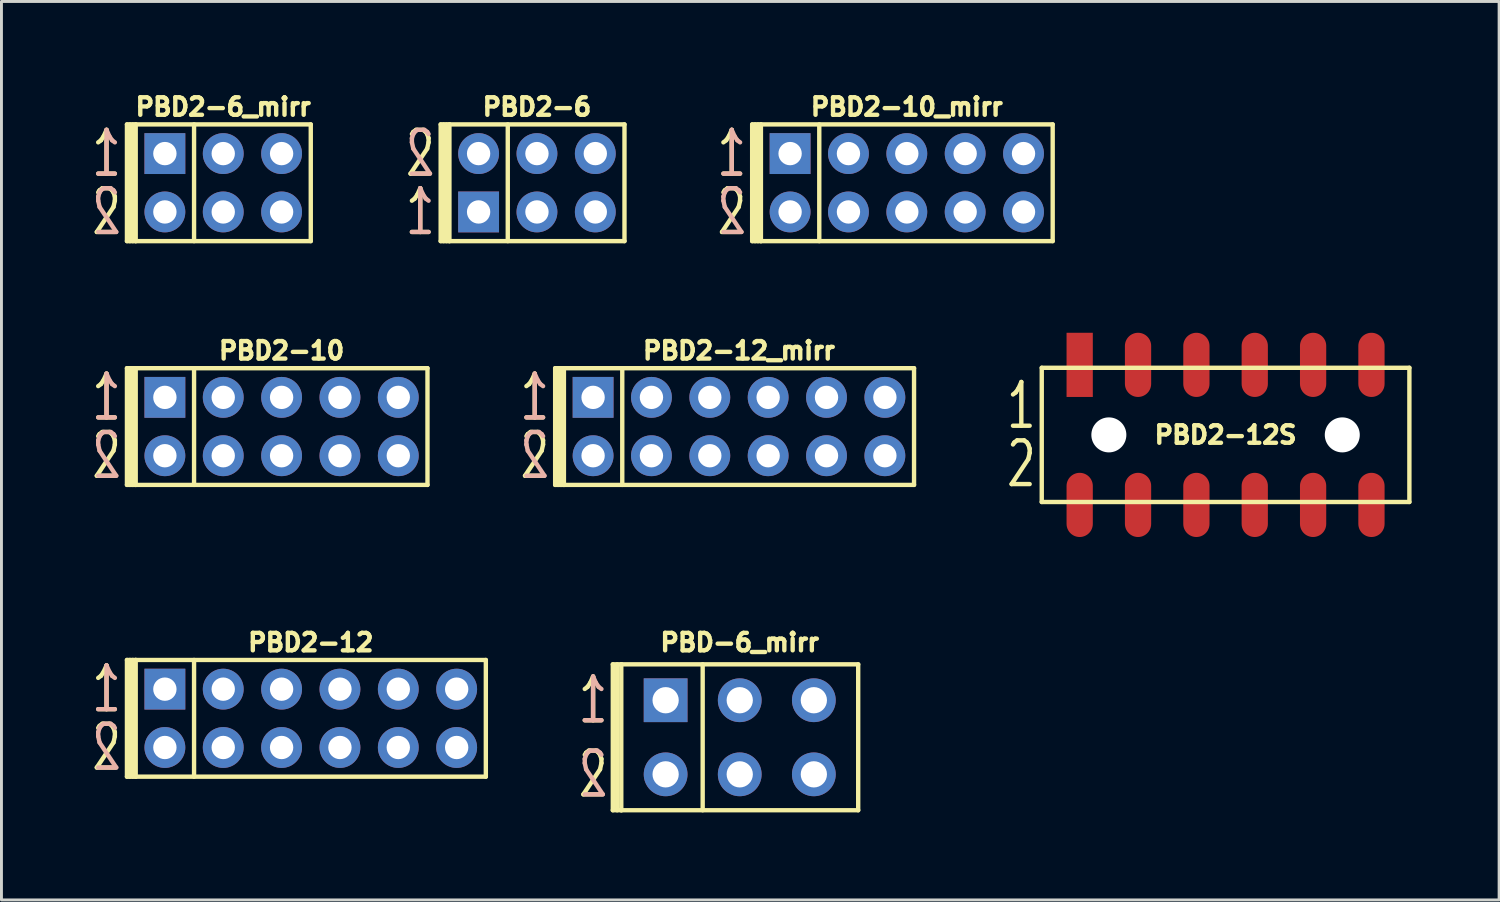
<source format=kicad_pcb>
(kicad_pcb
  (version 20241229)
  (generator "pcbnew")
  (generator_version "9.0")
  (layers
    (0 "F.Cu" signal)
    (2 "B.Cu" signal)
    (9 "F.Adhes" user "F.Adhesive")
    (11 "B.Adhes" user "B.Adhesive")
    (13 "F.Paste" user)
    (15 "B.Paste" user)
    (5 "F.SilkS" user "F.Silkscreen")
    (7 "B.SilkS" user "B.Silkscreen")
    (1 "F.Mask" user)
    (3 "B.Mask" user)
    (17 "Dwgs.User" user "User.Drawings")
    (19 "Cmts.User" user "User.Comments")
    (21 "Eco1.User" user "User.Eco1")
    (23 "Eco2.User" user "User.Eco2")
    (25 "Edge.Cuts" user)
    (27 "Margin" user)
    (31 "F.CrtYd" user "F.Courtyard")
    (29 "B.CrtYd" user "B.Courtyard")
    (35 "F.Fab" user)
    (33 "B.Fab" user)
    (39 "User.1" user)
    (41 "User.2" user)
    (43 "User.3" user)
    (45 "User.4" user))
  (footprint "PBD2-6"
    (layer "F.Cu")
    (at 15.353 3.214)
    (property "Reference" "PBD2-6" (at 0 -2.6 0) (layer "F.SilkS") (effects (font (size 0.6 0.6) (thickness 0.15))))
    (attr through_hole)
    (fp_line (start -3.3 -2) (end -3 -2) (stroke (width 0.15) (type solid)) (layer "F.SilkS"))
    (fp_line (start -3.3 2) (end -3.3 -2) (stroke (width 0.15) (type solid)) (layer "F.SilkS"))
    (fp_line (start -3.3 2) (end -3 2) (stroke (width 0.15) (type solid)) (layer "F.SilkS"))
    (fp_line (start -3.2 -2) (end -3.2 2) (stroke (width 0.15) (type solid)) (layer "F.SilkS"))
    (fp_line (start -3.1 -2) (end -3.1 2) (stroke (width 0.15) (type solid)) (layer "F.SilkS"))
    (fp_line (start -3 -2) (end 3 -2) (stroke (width 0.15) (type solid)) (layer "F.SilkS"))
    (fp_line (start -3 2) (end -3 -2) (stroke (width 0.15) (type solid)) (layer "F.SilkS"))
    (fp_line (start -1 2) (end -1 -2) (stroke (width 0.15) (type solid)) (layer "F.SilkS"))
    (fp_line (start 3 -2) (end 3 2) (stroke (width 0.15) (type solid)) (layer "F.SilkS"))
    (fp_line (start 3 2) (end -3 2) (stroke (width 0.15) (type solid)) (layer "F.SilkS"))
    (fp_text user "2" (at -4 -1 0) (layer "F.SilkS") (effects (font (size 1.5 1) (thickness 0.15))))
    (fp_text user "1" (at -4 1 0) (layer "F.SilkS") (effects (font (size 1.5 1) (thickness 0.15))))
    (fp_text user "1" (at -4 1 0) (layer "B.SilkS") (effects (font (size 1.5 1) (thickness 0.15)) (justify mirror)))
    (fp_text user "2" (at -4 -1 0) (layer "B.SilkS") (effects (font (size 1.5 1) (thickness 0.15)) (justify mirror)))
    (pad "1" thru_hole rect (at -2 1) (size 1.4 1.4) (drill 0.8) (layers "*.Cu" "*.Mask"))
    (pad "2" thru_hole circle (at -2 -1) (size 1.4 1.4) (drill 0.8) (layers "*.Cu" "*.Mask"))
    (pad "3" thru_hole circle (at 0 1) (size 1.4 1.4) (drill 0.8) (layers "*.Cu" "*.Mask"))
    (pad "4" thru_hole circle (at 0 -1) (size 1.4 1.4) (drill 0.8) (layers "*.Cu" "*.Mask"))
    (pad "5" thru_hole circle (at 2 1) (size 1.4 1.4) (drill 0.8) (layers "*.Cu" "*.Mask"))
    (pad "6" thru_hole circle (at 2 -1) (size 1.4 1.4) (drill 0.8) (layers "*.Cu" "*.Mask")))
  (footprint "PBD2-10"
    (layer "F.Cu")
    (at 6.601 11.569)
    (property "Reference" "PBD2-10" (at 0 -2.6 0) (layer "F.SilkS") (effects (font (size 0.6 0.6) (thickness 0.15))))
    (attr through_hole)
    (fp_line (start -5.3 -2) (end -5 -2) (stroke (width 0.15) (type solid)) (layer "F.SilkS"))
    (fp_line (start -5.3 2) (end -5.3 -2) (stroke (width 0.15) (type solid)) (layer "F.SilkS"))
    (fp_line (start -5.3 2) (end -5 2) (stroke (width 0.15) (type solid)) (layer "F.SilkS"))
    (fp_line (start -5.2 -2) (end -5.2 2) (stroke (width 0.15) (type solid)) (layer "F.SilkS"))
    (fp_line (start -5.1 -2) (end -5.1 2) (stroke (width 0.15) (type solid)) (layer "F.SilkS"))
    (fp_line (start -5 -2) (end 5 -2) (stroke (width 0.15) (type solid)) (layer "F.SilkS"))
    (fp_line (start -5 2) (end -5 -2) (stroke (width 0.15) (type solid)) (layer "F.SilkS"))
    (fp_line (start -3 2) (end -3 -2) (stroke (width 0.15) (type solid)) (layer "F.SilkS"))
    (fp_line (start 5 -2) (end 5 2) (stroke (width 0.15) (type solid)) (layer "F.SilkS"))
    (fp_line (start 5 2) (end -5 2) (stroke (width 0.15) (type solid)) (layer "F.SilkS"))
    (fp_text user "1" (at -6 -1 0) (layer "F.SilkS") (effects (font (size 1.5 1) (thickness 0.15))))
    (fp_text user "2" (at -6 1 0) (layer "F.SilkS") (effects (font (size 1.5 1) (thickness 0.15))))
    (fp_text user "2" (at -6 1 0) (layer "B.SilkS") (effects (font (size 1.5 1) (thickness 0.15)) (justify mirror)))
    (fp_text user "1" (at -6 -1 0) (layer "B.SilkS") (effects (font (size 1.5 1) (thickness 0.15)) (justify mirror)))
    (pad "1" thru_hole rect (at -4 -1) (size 1.4 1.4) (drill 0.8) (layers "*.Cu" "*.Mask"))
    (pad "2" thru_hole circle (at -4 1) (size 1.4 1.4) (drill 0.8) (layers "*.Cu" "*.Mask"))
    (pad "3" thru_hole circle (at -2 -1) (size 1.4 1.4) (drill 0.8) (layers "*.Cu" "*.Mask"))
    (pad "4" thru_hole circle (at -2 1) (size 1.4 1.4) (drill 0.8) (layers "*.Cu" "*.Mask"))
    (pad "5" thru_hole circle (at 0 -1) (size 1.4 1.4) (drill 0.8) (layers "*.Cu" "*.Mask"))
    (pad "6" thru_hole circle (at 0 1) (size 1.4 1.4) (drill 0.8) (layers "*.Cu" "*.Mask"))
    (pad "7" thru_hole circle (at 2 -1) (size 1.4 1.4) (drill 0.8) (layers "*.Cu" "*.Mask"))
    (pad "8" thru_hole circle (at 2 1) (size 1.4 1.4) (drill 0.8) (layers "*.Cu" "*.Mask"))
    (pad "9" thru_hole circle (at 4 -1) (size 1.4 1.4) (drill 0.8) (layers "*.Cu" "*.Mask"))
    (pad "10" thru_hole circle (at 4 1) (size 1.4 1.4) (drill 0.8) (layers "*.Cu" "*.Mask")))
  (footprint "PBD2-12"
    (layer "F.Cu")
    (at 7.601 21.569)
    (property "Reference" "PBD2-12" (at 0 -2.6 0) (layer "F.SilkS") (effects (font (size 0.6 0.6) (thickness 0.15))))
    (attr through_hole)
    (fp_line (start -6.3 -2) (end -6 -2) (stroke (width 0.15) (type solid)) (layer "F.SilkS"))
    (fp_line (start -6.3 2) (end -6.3 -2) (stroke (width 0.15) (type solid)) (layer "F.SilkS"))
    (fp_line (start -6.3 2) (end -6 2) (stroke (width 0.15) (type solid)) (layer "F.SilkS"))
    (fp_line (start -6.2 -2) (end -6.2 2) (stroke (width 0.15) (type solid)) (layer "F.SilkS"))
    (fp_line (start -6.1 -2) (end -6.1 2) (stroke (width 0.15) (type solid)) (layer "F.SilkS"))
    (fp_line (start -6 -2) (end 6 -2) (stroke (width 0.15) (type solid)) (layer "F.SilkS"))
    (fp_line (start -6 2) (end -6 -2) (stroke (width 0.15) (type solid)) (layer "F.SilkS"))
    (fp_line (start -4 2) (end -4 -2) (stroke (width 0.15) (type solid)) (layer "F.SilkS"))
    (fp_line (start 6 -2) (end 6 2) (stroke (width 0.15) (type solid)) (layer "F.SilkS"))
    (fp_line (start 6 2) (end -6 2) (stroke (width 0.15) (type solid)) (layer "F.SilkS"))
    (fp_text user "2" (at -7 1 0) (layer "F.SilkS") (effects (font (size 1.5 1) (thickness 0.15))))
    (fp_text user "1" (at -7 -1 0) (layer "F.SilkS") (effects (font (size 1.5 1) (thickness 0.15))))
    (fp_text user "1" (at -7 -1 0) (layer "B.SilkS") (effects (font (size 1.5 1) (thickness 0.15)) (justify mirror)))
    (fp_text user "2" (at -7 1 0) (layer "B.SilkS") (effects (font (size 1.5 1) (thickness 0.15)) (justify mirror)))
    (pad "1" thru_hole rect (at -5 -1) (size 1.4 1.4) (drill 0.8) (layers "*.Cu" "*.Mask"))
    (pad "2" thru_hole circle (at -5 1) (size 1.4 1.4) (drill 0.8) (layers "*.Cu" "*.Mask"))
    (pad "3" thru_hole circle (at -3 -1) (size 1.4 1.4) (drill 0.8) (layers "*.Cu" "*.Mask"))
    (pad "4" thru_hole circle (at -3 1) (size 1.4 1.4) (drill 0.8) (layers "*.Cu" "*.Mask"))
    (pad "5" thru_hole circle (at -1 -1) (size 1.4 1.4) (drill 0.8) (layers "*.Cu" "*.Mask"))
    (pad "6" thru_hole circle (at -1 1) (size 1.4 1.4) (drill 0.8) (layers "*.Cu" "*.Mask"))
    (pad "7" thru_hole circle (at 1 -1) (size 1.4 1.4) (drill 0.8) (layers "*.Cu" "*.Mask"))
    (pad "8" thru_hole circle (at 1 1) (size 1.4 1.4) (drill 0.8) (layers "*.Cu" "*.Mask"))
    (pad "9" thru_hole circle (at 3 -1) (size 1.4 1.4) (drill 0.8) (layers "*.Cu" "*.Mask"))
    (pad "10" thru_hole circle (at 3 1) (size 1.4 1.4) (drill 0.8) (layers "*.Cu" "*.Mask"))
    (pad "11" thru_hole circle (at 5 -1) (size 1.4 1.4) (drill 0.8) (layers "*.Cu" "*.Mask"))
    (pad "12" thru_hole circle (at 5 1) (size 1.4 1.4) (drill 0.8) (layers "*.Cu" "*.Mask")))
  (footprint "PBD2-10_mirr"
    (layer "F.Cu")
    (at 28.029 3.214)
    (property "Reference" "PBD2-10_mirr" (at 0 -2.6 0) (layer "F.SilkS") (effects (font (size 0.6 0.6) (thickness 0.15))))
    (attr through_hole)
    (fp_line (start -5.3 -2) (end -5 -2) (stroke (width 0.15) (type solid)) (layer "F.SilkS"))
    (fp_line (start -5.3 2) (end -5.3 -2) (stroke (width 0.15) (type solid)) (layer "F.SilkS"))
    (fp_line (start -5.3 2) (end -5 2) (stroke (width 0.15) (type solid)) (layer "F.SilkS"))
    (fp_line (start -5.2 -2) (end -5.2 2) (stroke (width 0.15) (type solid)) (layer "F.SilkS"))
    (fp_line (start -5.1 -2) (end -5.1 2) (stroke (width 0.15) (type solid)) (layer "F.SilkS"))
    (fp_line (start -5 -2) (end 5 -2) (stroke (width 0.15) (type solid)) (layer "F.SilkS"))
    (fp_line (start -5 2) (end -5 -2) (stroke (width 0.15) (type solid)) (layer "F.SilkS"))
    (fp_line (start -3 2) (end -3 -2) (stroke (width 0.15) (type solid)) (layer "F.SilkS"))
    (fp_line (start 5 -2) (end 5 2) (stroke (width 0.15) (type solid)) (layer "F.SilkS"))
    (fp_line (start 5 2) (end -5 2) (stroke (width 0.15) (type solid)) (layer "F.SilkS"))
    (fp_text user "2" (at -6 1 0) (layer "F.SilkS") (effects (font (size 1.5 1) (thickness 0.15))))
    (fp_text user "1" (at -6 -1 0) (layer "F.SilkS") (effects (font (size 1.5 1) (thickness 0.15))))
    (fp_text user "1" (at -6 -1 0) (layer "B.SilkS") (effects (font (size 1.5 1) (thickness 0.15)) (justify mirror)))
    (fp_text user "2" (at -6 1 0) (layer "B.SilkS") (effects (font (size 1.5 1) (thickness 0.15)) (justify mirror)))
    (pad "1" thru_hole rect (at -4 -1) (size 1.4 1.4) (drill 0.8) (layers "*.Cu" "*.Mask"))
    (pad "2" thru_hole circle (at -4 1) (size 1.4 1.4) (drill 0.8) (layers "*.Cu" "*.Mask"))
    (pad "3" thru_hole circle (at -2 -1) (size 1.4 1.4) (drill 0.8) (layers "*.Cu" "*.Mask"))
    (pad "4" thru_hole circle (at -2 1) (size 1.4 1.4) (drill 0.8) (layers "*.Cu" "*.Mask"))
    (pad "5" thru_hole circle (at 0 -1) (size 1.4 1.4) (drill 0.8) (layers "*.Cu" "*.Mask"))
    (pad "6" thru_hole circle (at 0 1) (size 1.4 1.4) (drill 0.8) (layers "*.Cu" "*.Mask"))
    (pad "7" thru_hole circle (at 2 -1) (size 1.4 1.4) (drill 0.8) (layers "*.Cu" "*.Mask"))
    (pad "8" thru_hole circle (at 2 1) (size 1.4 1.4) (drill 0.8) (layers "*.Cu" "*.Mask"))
    (pad "9" thru_hole circle (at 4 -1) (size 1.4 1.4) (drill 0.8) (layers "*.Cu" "*.Mask"))
    (pad "10" thru_hole circle (at 4 1) (size 1.4 1.4) (drill 0.8) (layers "*.Cu" "*.Mask")))
  (footprint "PBD-6_mirr"
    (layer "F.Cu")
    (at 22.303 22.219)
    (property "Reference" "PBD-6_mirr" (at 0 -3.25 0) (layer "F.SilkS") (effects (font (size 0.6 0.6) (thickness 0.15))))
    (attr through_hole)
    (fp_line (start -4.35 -2.5) (end -4.35 2.5) (stroke (width 0.15) (type solid)) (layer "F.SilkS"))
    (fp_line (start -4.35 2.5) (end -4.05 2.5) (stroke (width 0.15) (type solid)) (layer "F.SilkS"))
    (fp_line (start -4.2 2.5) (end -4.2 -2.5) (stroke (width 0.15) (type solid)) (layer "F.SilkS"))
    (fp_line (start -4.06 -2.5) (end 4.06 -2.5) (stroke (width 0.15) (type solid)) (layer "F.SilkS"))
    (fp_line (start -4.06 2.5) (end -4.06 -2.5) (stroke (width 0.15) (type solid)) (layer "F.SilkS"))
    (fp_line (start -4.05 -2.5) (end -4.35 -2.5) (stroke (width 0.15) (type solid)) (layer "F.SilkS"))
    (fp_line (start -1.27 -2.5) (end -1.27 2.5) (stroke (width 0.15) (type solid)) (layer "F.SilkS"))
    (fp_line (start 4.06 -2.5) (end 4.06 2.5) (stroke (width 0.15) (type solid)) (layer "F.SilkS"))
    (fp_line (start 4.06 2.5) (end -4.06 2.5) (stroke (width 0.15) (type solid)) (layer "F.SilkS"))
    (fp_text user "1" (at -5.026 -1.27 0) (layer "F.SilkS") (effects (font (size 1.5 1) (thickness 0.15))))
    (fp_text user "2" (at -5.026 1.27 0) (layer "F.SilkS") (effects (font (size 1.5 1) (thickness 0.15))))
    (fp_text user "1" (at -5.026 -1.27 0) (layer "B.SilkS") (effects (font (size 1.5 1) (thickness 0.15)) (justify mirror)))
    (fp_text user "2" (at -5.026 1.27 0) (layer "B.SilkS") (effects (font (size 1.5 1) (thickness 0.15)) (justify mirror)))
    (pad "1" thru_hole rect (at -2.54 -1.27) (size 1.5 1.5) (drill 0.9) (layers "*.Cu" "*.Mask"))
    (pad "2" thru_hole circle (at -2.54 1.27) (size 1.5 1.5) (drill 0.9) (layers "*.Cu" "*.Mask"))
    (pad "3" thru_hole circle (at 0 -1.27) (size 1.5 1.5) (drill 0.9) (layers "*.Cu" "*.Mask"))
    (pad "4" thru_hole circle (at 0 1.27) (size 1.5 1.5) (drill 0.9) (layers "*.Cu" "*.Mask"))
    (pad "5" thru_hole circle (at 2.54 -1.27) (size 1.5 1.5) (drill 0.9) (layers "*.Cu" "*.Mask"))
    (pad "6" thru_hole circle (at 2.54 1.27) (size 1.5 1.5) (drill 0.9) (layers "*.Cu" "*.Mask")))
  (footprint "PBD2-12S"
    (layer "F.Cu")
    (at 38.954 11.855)
    (property "Reference" "PBD2-12S" (at 0 0 0) (layer "F.SilkS") (effects (font (size 0.6 0.6) (thickness 0.15))))
    (attr smd)
    (fp_line (start -6.3 -2.3) (end -6.3 2.3) (stroke (width 0.15) (type solid)) (layer "F.SilkS"))
    (fp_line (start 6.3 -2.3) (end -6.3 -2.3) (stroke (width 0.15) (type solid)) (layer "F.SilkS"))
    (fp_line (start 6.3 2.3) (end -6.3 2.3) (stroke (width 0.15) (type solid)) (layer "F.SilkS"))
    (fp_line (start 6.3 2.3) (end 6.3 -2.3) (stroke (width 0.15) (type solid)) (layer "F.SilkS"))
    (fp_text user "2" (at -7 1 0) (layer "F.SilkS") (effects (font (size 1.5 1) (thickness 0.15))))
    (fp_text user "1" (at -7 -1 0) (layer "F.SilkS") (effects (font (size 1.5 1) (thickness 0.15))))
    (pad "" np_thru_hole circle (at -4 0) (size 1.2 1.2) (drill 1.2) (layers "*.Cu" "*.Mask"))
    (pad "" np_thru_hole circle (at 4 0) (size 1.2 1.2) (drill 1.2) (layers "*.Cu" "*.Mask"))
    (pad "1" smd rect (at -5 -2.4) (size 0.9 2.2) (layers "F.Cu" "F.Mask" "F.Paste"))
    (pad "2" smd oval (at -5 2.4) (size 0.9 2.2) (layers "F.Cu" "F.Mask" "F.Paste"))
    (pad "3" smd oval (at -3 -2.4) (size 0.9 2.2) (layers "F.Cu" "F.Mask" "F.Paste"))
    (pad "4" smd oval (at -3 2.4) (size 0.9 2.2) (layers "F.Cu" "F.Mask" "F.Paste"))
    (pad "5" smd oval (at -1 -2.4) (size 0.9 2.2) (layers "F.Cu" "F.Mask" "F.Paste"))
    (pad "6" smd oval (at -1 2.4) (size 0.9 2.2) (layers "F.Cu" "F.Mask" "F.Paste"))
    (pad "7" smd oval (at 1 -2.4) (size 0.9 2.2) (layers "F.Cu" "F.Mask" "F.Paste"))
    (pad "8" smd oval (at 1 2.4) (size 0.9 2.2) (layers "F.Cu" "F.Mask" "F.Paste"))
    (pad "9" smd oval (at 3 -2.4) (size 0.9 2.2) (layers "F.Cu" "F.Mask" "F.Paste"))
    (pad "10" smd oval (at 3 2.4) (size 0.9 2.2) (layers "F.Cu" "F.Mask" "F.Paste"))
    (pad "11" smd oval (at 5 -2.4) (size 0.9 2.2) (layers "F.Cu" "F.Mask" "F.Paste"))
    (pad "12" smd oval (at 5 2.4) (size 0.9 2.2) (layers "F.Cu" "F.Mask" "F.Paste")))
  (footprint "PBD2-6_mirr"
    (layer "F.Cu")
    (at 4.601 3.214)
    (property "Reference" "PBD2-6_mirr" (at 0 -2.6 0) (layer "F.SilkS") (effects (font (size 0.6 0.6) (thickness 0.15))))
    (attr through_hole)
    (fp_line (start -3.3 -2) (end -3 -2) (stroke (width 0.15) (type solid)) (layer "F.SilkS"))
    (fp_line (start -3.3 2) (end -3.3 -2) (stroke (width 0.15) (type solid)) (layer "F.SilkS"))
    (fp_line (start -3.3 2) (end -3 2) (stroke (width 0.15) (type solid)) (layer "F.SilkS"))
    (fp_line (start -3.2 -2) (end -3.2 2) (stroke (width 0.15) (type solid)) (layer "F.SilkS"))
    (fp_line (start -3.1 -2) (end -3.1 2) (stroke (width 0.15) (type solid)) (layer "F.SilkS"))
    (fp_line (start -3 -2) (end 3 -2) (stroke (width 0.15) (type solid)) (layer "F.SilkS"))
    (fp_line (start -3 2) (end -3 -2) (stroke (width 0.15) (type solid)) (layer "F.SilkS"))
    (fp_line (start -1 2) (end -1 -2) (stroke (width 0.15) (type solid)) (layer "F.SilkS"))
    (fp_line (start 3 -2) (end 3 2) (stroke (width 0.15) (type solid)) (layer "F.SilkS"))
    (fp_line (start 3 2) (end -3 2) (stroke (width 0.15) (type solid)) (layer "F.SilkS"))
    (fp_text user "1" (at -4 -1 0) (layer "F.SilkS") (effects (font (size 1.5 1) (thickness 0.15))))
    (fp_text user "2" (at -4 1 0) (layer "F.SilkS") (effects (font (size 1.5 1) (thickness 0.15))))
    (fp_text user "1" (at -4 -1 0) (layer "B.SilkS") (effects (font (size 1.5 1) (thickness 0.15)) (justify mirror)))
    (fp_text user "2" (at -4 1 0) (layer "B.SilkS") (effects (font (size 1.5 1) (thickness 0.15)) (justify mirror)))
    (pad "1" thru_hole rect (at -2 -1) (size 1.4 1.4) (drill 0.8) (layers "*.Cu" "*.Mask"))
    (pad "2" thru_hole circle (at -2 1) (size 1.4 1.4) (drill 0.8) (layers "*.Cu" "*.Mask"))
    (pad "3" thru_hole circle (at 0 -1) (size 1.4 1.4) (drill 0.8) (layers "*.Cu" "*.Mask"))
    (pad "4" thru_hole circle (at 0 1) (size 1.4 1.4) (drill 0.8) (layers "*.Cu" "*.Mask"))
    (pad "5" thru_hole circle (at 2 -1) (size 1.4 1.4) (drill 0.8) (layers "*.Cu" "*.Mask"))
    (pad "6" thru_hole circle (at 2 1) (size 1.4 1.4) (drill 0.8) (layers "*.Cu" "*.Mask")))
  (footprint "PBD2-12_mirr"
    (layer "F.Cu")
    (at 22.277 11.569)
    (property "Reference" "PBD2-12_mirr" (at 0 -2.6 0) (layer "F.SilkS") (effects (font (size 0.6 0.6) (thickness 0.15))))
    (attr through_hole)
    (fp_line (start -6.3 -2) (end -6 -2) (stroke (width 0.15) (type solid)) (layer "F.SilkS"))
    (fp_line (start -6.3 2) (end -6.3 -2) (stroke (width 0.15) (type solid)) (layer "F.SilkS"))
    (fp_line (start -6.3 2) (end -6 2) (stroke (width 0.15) (type solid)) (layer "F.SilkS"))
    (fp_line (start -6.2 -2) (end -6.2 2) (stroke (width 0.15) (type solid)) (layer "F.SilkS"))
    (fp_line (start -6.1 -2) (end -6.1 2) (stroke (width 0.15) (type solid)) (layer "F.SilkS"))
    (fp_line (start -6 -2) (end 6 -2) (stroke (width 0.15) (type solid)) (layer "F.SilkS"))
    (fp_line (start -6 2) (end -6 -2) (stroke (width 0.15) (type solid)) (layer "F.SilkS"))
    (fp_line (start -4 2) (end -4 -2) (stroke (width 0.15) (type solid)) (layer "F.SilkS"))
    (fp_line (start 6 -2) (end 6 2) (stroke (width 0.15) (type solid)) (layer "F.SilkS"))
    (fp_line (start 6 2) (end -6 2) (stroke (width 0.15) (type solid)) (layer "F.SilkS"))
    (fp_text user "1" (at -7 -1 0) (layer "F.SilkS") (effects (font (size 1.5 1) (thickness 0.15))))
    (fp_text user "2" (at -7 1 0) (layer "F.SilkS") (effects (font (size 1.5 1) (thickness 0.15))))
    (fp_text user "2" (at -7 1 0) (layer "B.SilkS") (effects (font (size 1.5 1) (thickness 0.15)) (justify mirror)))
    (fp_text user "1" (at -7 -1 0) (layer "B.SilkS") (effects (font (size 1.5 1) (thickness 0.15)) (justify mirror)))
    (pad "1" thru_hole rect (at -5 -1) (size 1.4 1.4) (drill 0.8) (layers "*.Cu" "*.Mask"))
    (pad "2" thru_hole circle (at -5 1) (size 1.4 1.4) (drill 0.8) (layers "*.Cu" "*.Mask"))
    (pad "3" thru_hole circle (at -3 -1) (size 1.4 1.4) (drill 0.8) (layers "*.Cu" "*.Mask"))
    (pad "4" thru_hole circle (at -3 1) (size 1.4 1.4) (drill 0.8) (layers "*.Cu" "*.Mask"))
    (pad "5" thru_hole circle (at -1 -1) (size 1.4 1.4) (drill 0.8) (layers "*.Cu" "*.Mask"))
    (pad "6" thru_hole circle (at -1 1) (size 1.4 1.4) (drill 0.8) (layers "*.Cu" "*.Mask"))
    (pad "7" thru_hole circle (at 1 -1) (size 1.4 1.4) (drill 0.8) (layers "*.Cu" "*.Mask"))
    (pad "8" thru_hole circle (at 1 1) (size 1.4 1.4) (drill 0.8) (layers "*.Cu" "*.Mask"))
    (pad "9" thru_hole circle (at 3 -1) (size 1.4 1.4) (drill 0.8) (layers "*.Cu" "*.Mask"))
    (pad "10" thru_hole circle (at 3 1) (size 1.4 1.4) (drill 0.8) (layers "*.Cu" "*.Mask"))
    (pad "11" thru_hole circle (at 5 -1) (size 1.4 1.4) (drill 0.8) (layers "*.Cu" "*.Mask"))
    (pad "12" thru_hole circle (at 5 1) (size 1.4 1.4) (drill 0.8) (layers "*.Cu" "*.Mask")))
  (gr_rect
    (start -3 -3)
    (end 48.329 27.794)
    (stroke (width 0.1) (type default))
    (fill no)
    (layer "Edge.Cuts")))
</source>
